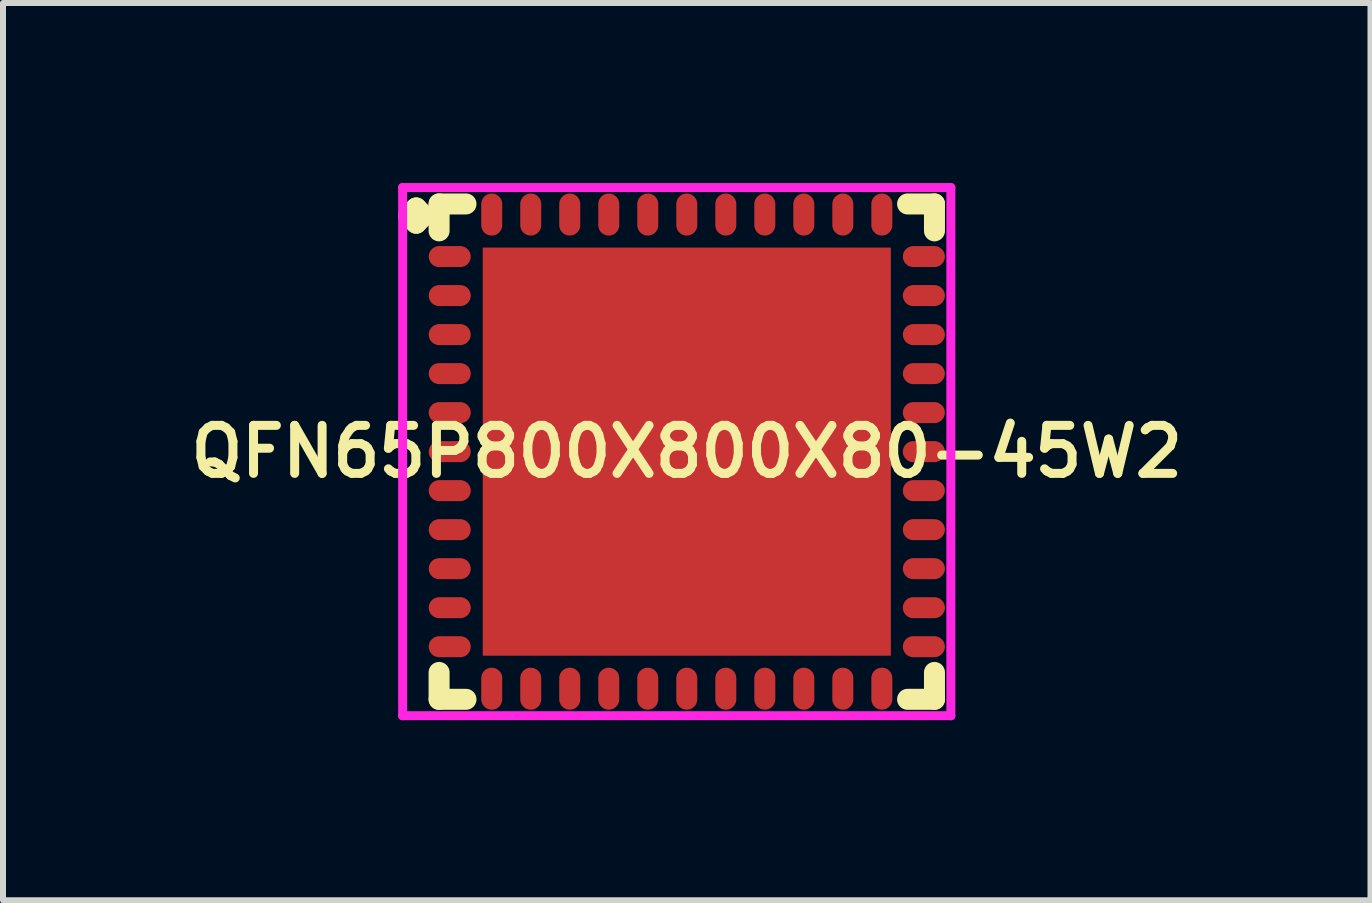
<source format=kicad_pcb>
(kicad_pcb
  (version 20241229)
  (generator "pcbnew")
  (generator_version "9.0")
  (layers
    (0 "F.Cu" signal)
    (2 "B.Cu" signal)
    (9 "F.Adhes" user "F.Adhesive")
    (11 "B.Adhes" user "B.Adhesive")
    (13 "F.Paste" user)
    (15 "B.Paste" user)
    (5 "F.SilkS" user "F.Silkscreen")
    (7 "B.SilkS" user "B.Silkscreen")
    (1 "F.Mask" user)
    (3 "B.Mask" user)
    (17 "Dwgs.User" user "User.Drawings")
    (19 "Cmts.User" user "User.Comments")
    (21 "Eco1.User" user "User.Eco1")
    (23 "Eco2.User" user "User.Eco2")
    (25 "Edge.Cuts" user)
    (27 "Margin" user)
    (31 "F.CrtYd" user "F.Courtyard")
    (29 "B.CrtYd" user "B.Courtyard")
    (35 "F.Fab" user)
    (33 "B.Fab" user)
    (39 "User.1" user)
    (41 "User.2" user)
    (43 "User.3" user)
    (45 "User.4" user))
  (footprint "QFN65P800X800X80-45W2"
    (layer "F.Cu")
    (at 8.393 4.475)
    (property "Reference" "QFN65P800X800X80-45W2" (at 0 0 0) (layer "F.SilkS") (effects (font (size 0.8 0.8) (thickness 0.15))))
    (attr smd)
    (fp_line (start -4.635 -3.933) (end -4.508 -4.06) (stroke (width 0.35) (type solid)) (layer "F.SilkS"))
    (fp_line (start -4.508 -4.06) (end -4.381 -3.933) (stroke (width 0.35) (type solid)) (layer "F.SilkS"))
    (fp_line (start -4.508 -3.806) (end -4.635 -3.933) (stroke (width 0.35) (type solid)) (layer "F.SilkS"))
    (fp_line (start -4.381 -3.933) (end -4.508 -3.806) (stroke (width 0.35) (type solid)) (layer "F.SilkS"))
    (fp_line (start -4.127 -4.127) (end -3.679 -4.127) (stroke (width 0.35) (type solid)) (layer "F.SilkS"))
    (fp_line (start -4.127 -3.679) (end -4.127 -4.127) (stroke (width 0.35) (type solid)) (layer "F.SilkS"))
    (fp_line (start -4.127 3.679) (end -4.127 4.127) (stroke (width 0.35) (type solid)) (layer "F.SilkS"))
    (fp_line (start -4.127 4.127) (end -3.679 4.127) (stroke (width 0.35) (type solid)) (layer "F.SilkS"))
    (fp_line (start 3.679 -4.127) (end 4.127 -4.127) (stroke (width 0.35) (type solid)) (layer "F.SilkS"))
    (fp_line (start 3.679 4.127) (end 4.127 4.127) (stroke (width 0.35) (type solid)) (layer "F.SilkS"))
    (fp_line (start 4.127 -4.127) (end 4.127 -3.679) (stroke (width 0.35) (type solid)) (layer "F.SilkS"))
    (fp_line (start 4.127 4.127) (end 4.127 3.679) (stroke (width 0.35) (type solid)) (layer "F.SilkS"))
    (fp_line (start -4.735 -4.4) (end 4.4 -4.4) (stroke (width 0.15) (type solid)) (layer "F.CrtYd"))
    (fp_line (start -4.735 4.4) (end -4.735 -4.4) (stroke (width 0.15) (type solid)) (layer "F.CrtYd"))
    (fp_line (start 4.4 -4.4) (end 4.4 4.4) (stroke (width 0.15) (type solid)) (layer "F.CrtYd"))
    (fp_line (start 4.4 4.4) (end -4.735 4.4) (stroke (width 0.15) (type solid)) (layer "F.CrtYd"))
    (pad "1" smd oval (at -3.95 -3.25) (size 0.7 0.35) (layers "F.Cu" "F.Mask" "F.Paste"))
    (pad "2" smd oval (at -3.95 -2.6) (size 0.7 0.35) (layers "F.Cu" "F.Mask" "F.Paste"))
    (pad "3" smd oval (at -3.95 -1.95) (size 0.7 0.35) (layers "F.Cu" "F.Mask" "F.Paste"))
    (pad "4" smd oval (at -3.95 -1.3) (size 0.7 0.35) (layers "F.Cu" "F.Mask" "F.Paste"))
    (pad "5" smd oval (at -3.95 -0.65) (size 0.7 0.35) (layers "F.Cu" "F.Mask" "F.Paste"))
    (pad "6" smd oval (at -3.95 0) (size 0.7 0.35) (layers "F.Cu" "F.Mask" "F.Paste"))
    (pad "7" smd oval (at -3.95 0.65) (size 0.7 0.35) (layers "F.Cu" "F.Mask" "F.Paste"))
    (pad "8" smd oval (at -3.95 1.3) (size 0.7 0.35) (layers "F.Cu" "F.Mask" "F.Paste"))
    (pad "9" smd oval (at -3.95 1.95) (size 0.7 0.35) (layers "F.Cu" "F.Mask" "F.Paste"))
    (pad "10" smd oval (at -3.95 2.6) (size 0.7 0.35) (layers "F.Cu" "F.Mask" "F.Paste"))
    (pad "11" smd oval (at -3.95 3.25) (size 0.7 0.35) (layers "F.Cu" "F.Mask" "F.Paste"))
    (pad "12" smd oval (at -3.25 3.95) (size 0.35 0.7) (layers "F.Cu" "F.Mask" "F.Paste"))
    (pad "13" smd oval (at -2.6 3.95) (size 0.35 0.7) (layers "F.Cu" "F.Mask" "F.Paste"))
    (pad "14" smd oval (at -1.95 3.95) (size 0.35 0.7) (layers "F.Cu" "F.Mask" "F.Paste"))
    (pad "15" smd oval (at -1.3 3.95) (size 0.35 0.7) (layers "F.Cu" "F.Mask" "F.Paste"))
    (pad "16" smd oval (at -0.65 3.95) (size 0.35 0.7) (layers "F.Cu" "F.Mask" "F.Paste"))
    (pad "17" smd oval (at 0 3.95) (size 0.35 0.7) (layers "F.Cu" "F.Mask" "F.Paste"))
    (pad "18" smd oval (at 0.65 3.95) (size 0.35 0.7) (layers "F.Cu" "F.Mask" "F.Paste"))
    (pad "19" smd oval (at 1.3 3.95) (size 0.35 0.7) (layers "F.Cu" "F.Mask" "F.Paste"))
    (pad "20" smd oval (at 1.95 3.95) (size 0.35 0.7) (layers "F.Cu" "F.Mask" "F.Paste"))
    (pad "21" smd oval (at 2.6 3.95) (size 0.35 0.7) (layers "F.Cu" "F.Mask" "F.Paste"))
    (pad "22" smd oval (at 3.25 3.95) (size 0.35 0.7) (layers "F.Cu" "F.Mask" "F.Paste"))
    (pad "23" smd oval (at 3.95 3.25) (size 0.7 0.35) (layers "F.Cu" "F.Mask" "F.Paste"))
    (pad "24" smd oval (at 3.95 2.6) (size 0.7 0.35) (layers "F.Cu" "F.Mask" "F.Paste"))
    (pad "25" smd oval (at 3.95 1.95) (size 0.7 0.35) (layers "F.Cu" "F.Mask" "F.Paste"))
    (pad "26" smd oval (at 3.95 1.3) (size 0.7 0.35) (layers "F.Cu" "F.Mask" "F.Paste"))
    (pad "27" smd oval (at 3.95 0.65) (size 0.7 0.35) (layers "F.Cu" "F.Mask" "F.Paste"))
    (pad "28" smd oval (at 3.95 0) (size 0.7 0.35) (layers "F.Cu" "F.Mask" "F.Paste"))
    (pad "29" smd oval (at 3.95 -0.65) (size 0.7 0.35) (layers "F.Cu" "F.Mask" "F.Paste"))
    (pad "30" smd oval (at 3.95 -1.3) (size 0.7 0.35) (layers "F.Cu" "F.Mask" "F.Paste"))
    (pad "31" smd oval (at 3.95 -1.95) (size 0.7 0.35) (layers "F.Cu" "F.Mask" "F.Paste"))
    (pad "32" smd oval (at 3.95 -2.6) (size 0.7 0.35) (layers "F.Cu" "F.Mask" "F.Paste"))
    (pad "33" smd oval (at 3.95 -3.25) (size 0.7 0.35) (layers "F.Cu" "F.Mask" "F.Paste"))
    (pad "34" smd oval (at 3.25 -3.95) (size 0.35 0.7) (layers "F.Cu" "F.Mask" "F.Paste"))
    (pad "35" smd oval (at 2.6 -3.95) (size 0.35 0.7) (layers "F.Cu" "F.Mask" "F.Paste"))
    (pad "36" smd oval (at 1.95 -3.95) (size 0.35 0.7) (layers "F.Cu" "F.Mask" "F.Paste"))
    (pad "37" smd oval (at 1.3 -3.95) (size 0.35 0.7) (layers "F.Cu" "F.Mask" "F.Paste"))
    (pad "38" smd oval (at 0.65 -3.95) (size 0.35 0.7) (layers "F.Cu" "F.Mask" "F.Paste"))
    (pad "39" smd oval (at 0 -3.95) (size 0.35 0.7) (layers "F.Cu" "F.Mask" "F.Paste"))
    (pad "40" smd oval (at -0.65 -3.95) (size 0.35 0.7) (layers "F.Cu" "F.Mask" "F.Paste"))
    (pad "41" smd oval (at -1.3 -3.95) (size 0.35 0.7) (layers "F.Cu" "F.Mask" "F.Paste"))
    (pad "42" smd oval (at -1.95 -3.95) (size 0.35 0.7) (layers "F.Cu" "F.Mask" "F.Paste"))
    (pad "43" smd oval (at -2.6 -3.95) (size 0.35 0.7) (layers "F.Cu" "F.Mask" "F.Paste"))
    (pad "44" smd oval (at -3.25 -3.95) (size 0.35 0.7) (layers "F.Cu" "F.Mask" "F.Paste"))
    (pad "45" smd rect (at 0 0) (size 6.8 6.8) (layers "F.Cu" "F.Mask" "F.Paste")))
  (gr_rect
    (start -3 -3)
    (end 19.785 11.95)
    (stroke (width 0.1) (type default))
    (fill no)
    (layer "Edge.Cuts")))
</source>
